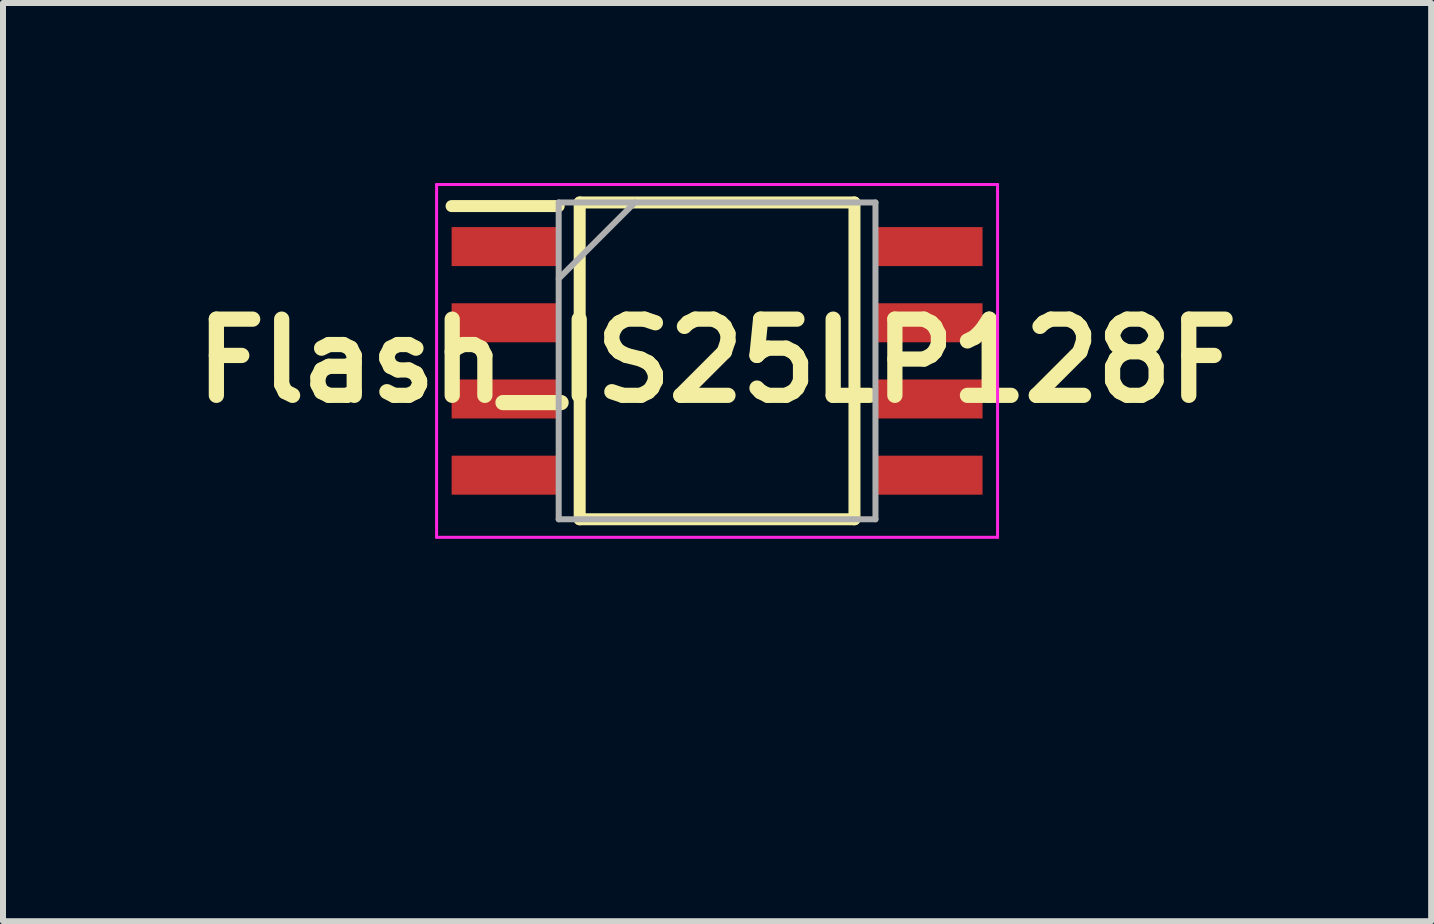
<source format=kicad_pcb>
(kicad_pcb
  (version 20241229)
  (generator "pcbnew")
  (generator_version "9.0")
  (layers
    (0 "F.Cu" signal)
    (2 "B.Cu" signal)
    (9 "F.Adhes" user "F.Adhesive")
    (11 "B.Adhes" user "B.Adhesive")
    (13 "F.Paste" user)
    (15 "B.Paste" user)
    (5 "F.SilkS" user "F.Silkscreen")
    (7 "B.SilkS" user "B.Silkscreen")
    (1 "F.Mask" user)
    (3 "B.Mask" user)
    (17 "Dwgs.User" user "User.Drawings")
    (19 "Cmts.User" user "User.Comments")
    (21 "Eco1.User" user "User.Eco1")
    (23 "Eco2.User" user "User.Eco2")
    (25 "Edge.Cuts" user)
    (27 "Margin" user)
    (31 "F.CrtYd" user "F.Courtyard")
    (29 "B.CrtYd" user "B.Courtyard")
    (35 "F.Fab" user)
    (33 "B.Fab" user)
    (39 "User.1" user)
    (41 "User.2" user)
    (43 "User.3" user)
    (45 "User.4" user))
  (footprint "Flash_IS25LP128F"
    (layer "F.Cu")
    (at 8.902 2.965)
    (property "Reference" "Flash_IS25LP128F" (at 0 0 0) (layer "F.SilkS") (effects (font (size 1.27 1.27) (thickness 0.254))))
    (attr smd)
    (fp_line (start -4.425 -2.58) (end -2.64 -2.58) (stroke (width 0.2) (type solid)) (layer "F.SilkS"))
    (fp_line (start -2.29 -2.64) (end 2.29 -2.64) (stroke (width 0.2) (type solid)) (layer "F.SilkS"))
    (fp_line (start -2.29 2.64) (end -2.29 -2.64) (stroke (width 0.2) (type solid)) (layer "F.SilkS"))
    (fp_line (start 2.29 -2.64) (end 2.29 2.64) (stroke (width 0.2) (type solid)) (layer "F.SilkS"))
    (fp_line (start 2.29 2.64) (end -2.29 2.64) (stroke (width 0.2) (type solid)) (layer "F.SilkS"))
    (fp_line (start -4.675 -2.94) (end 4.675 -2.94) (stroke (width 0.05) (type solid)) (layer "F.CrtYd"))
    (fp_line (start -4.675 2.94) (end -4.675 -2.94) (stroke (width 0.05) (type solid)) (layer "F.CrtYd"))
    (fp_line (start 4.675 -2.94) (end 4.675 2.94) (stroke (width 0.05) (type solid)) (layer "F.CrtYd"))
    (fp_line (start 4.675 2.94) (end -4.675 2.94) (stroke (width 0.05) (type solid)) (layer "F.CrtYd"))
    (fp_line (start -2.64 -2.64) (end 2.64 -2.64) (stroke (width 0.1) (type solid)) (layer "F.Fab"))
    (fp_line (start -2.64 -1.37) (end -1.37 -2.64) (stroke (width 0.1) (type solid)) (layer "F.Fab"))
    (fp_line (start -2.64 2.64) (end -2.64 -2.64) (stroke (width 0.1) (type solid)) (layer "F.Fab"))
    (fp_line (start 2.64 -2.64) (end 2.64 2.64) (stroke (width 0.1) (type solid)) (layer "F.Fab"))
    (fp_line (start 2.64 2.64) (end -2.64 2.64) (stroke (width 0.1) (type solid)) (layer "F.Fab"))
    (fp_text user " " (at 0.65 5.15 0) (layer "F.Fab") (effects (font (size 1.27 1.27) (thickness 0.254))))
    (pad "1" smd rect (at -3.532 -1.905 90) (size 0.65 1.785) (layers "F.Cu" "F.Mask" "F.Paste"))
    (pad "2" smd rect (at -3.532 -0.635 90) (size 0.65 1.785) (layers "F.Cu" "F.Mask" "F.Paste"))
    (pad "3" smd rect (at -3.532 0.635 90) (size 0.65 1.785) (layers "F.Cu" "F.Mask" "F.Paste"))
    (pad "4" smd rect (at -3.532 1.905 90) (size 0.65 1.785) (layers "F.Cu" "F.Mask" "F.Paste"))
    (pad "5" smd rect (at 3.532 1.905 90) (size 0.65 1.785) (layers "F.Cu" "F.Mask" "F.Paste"))
    (pad "6" smd rect (at 3.532 0.635 90) (size 0.65 1.785) (layers "F.Cu" "F.Mask" "F.Paste"))
    (pad "7" smd rect (at 3.532 -0.635 90) (size 0.65 1.785) (layers "F.Cu" "F.Mask" "F.Paste"))
    (pad "8" smd rect (at 3.532 -1.905 90) (size 0.65 1.785) (layers "F.Cu" "F.Mask" "F.Paste")))
  (gr_rect
    (start -3 -3)
    (end 20.804 12.304)
    (stroke (width 0.1) (type default))
    (fill no)
    (layer "Edge.Cuts")))
</source>
